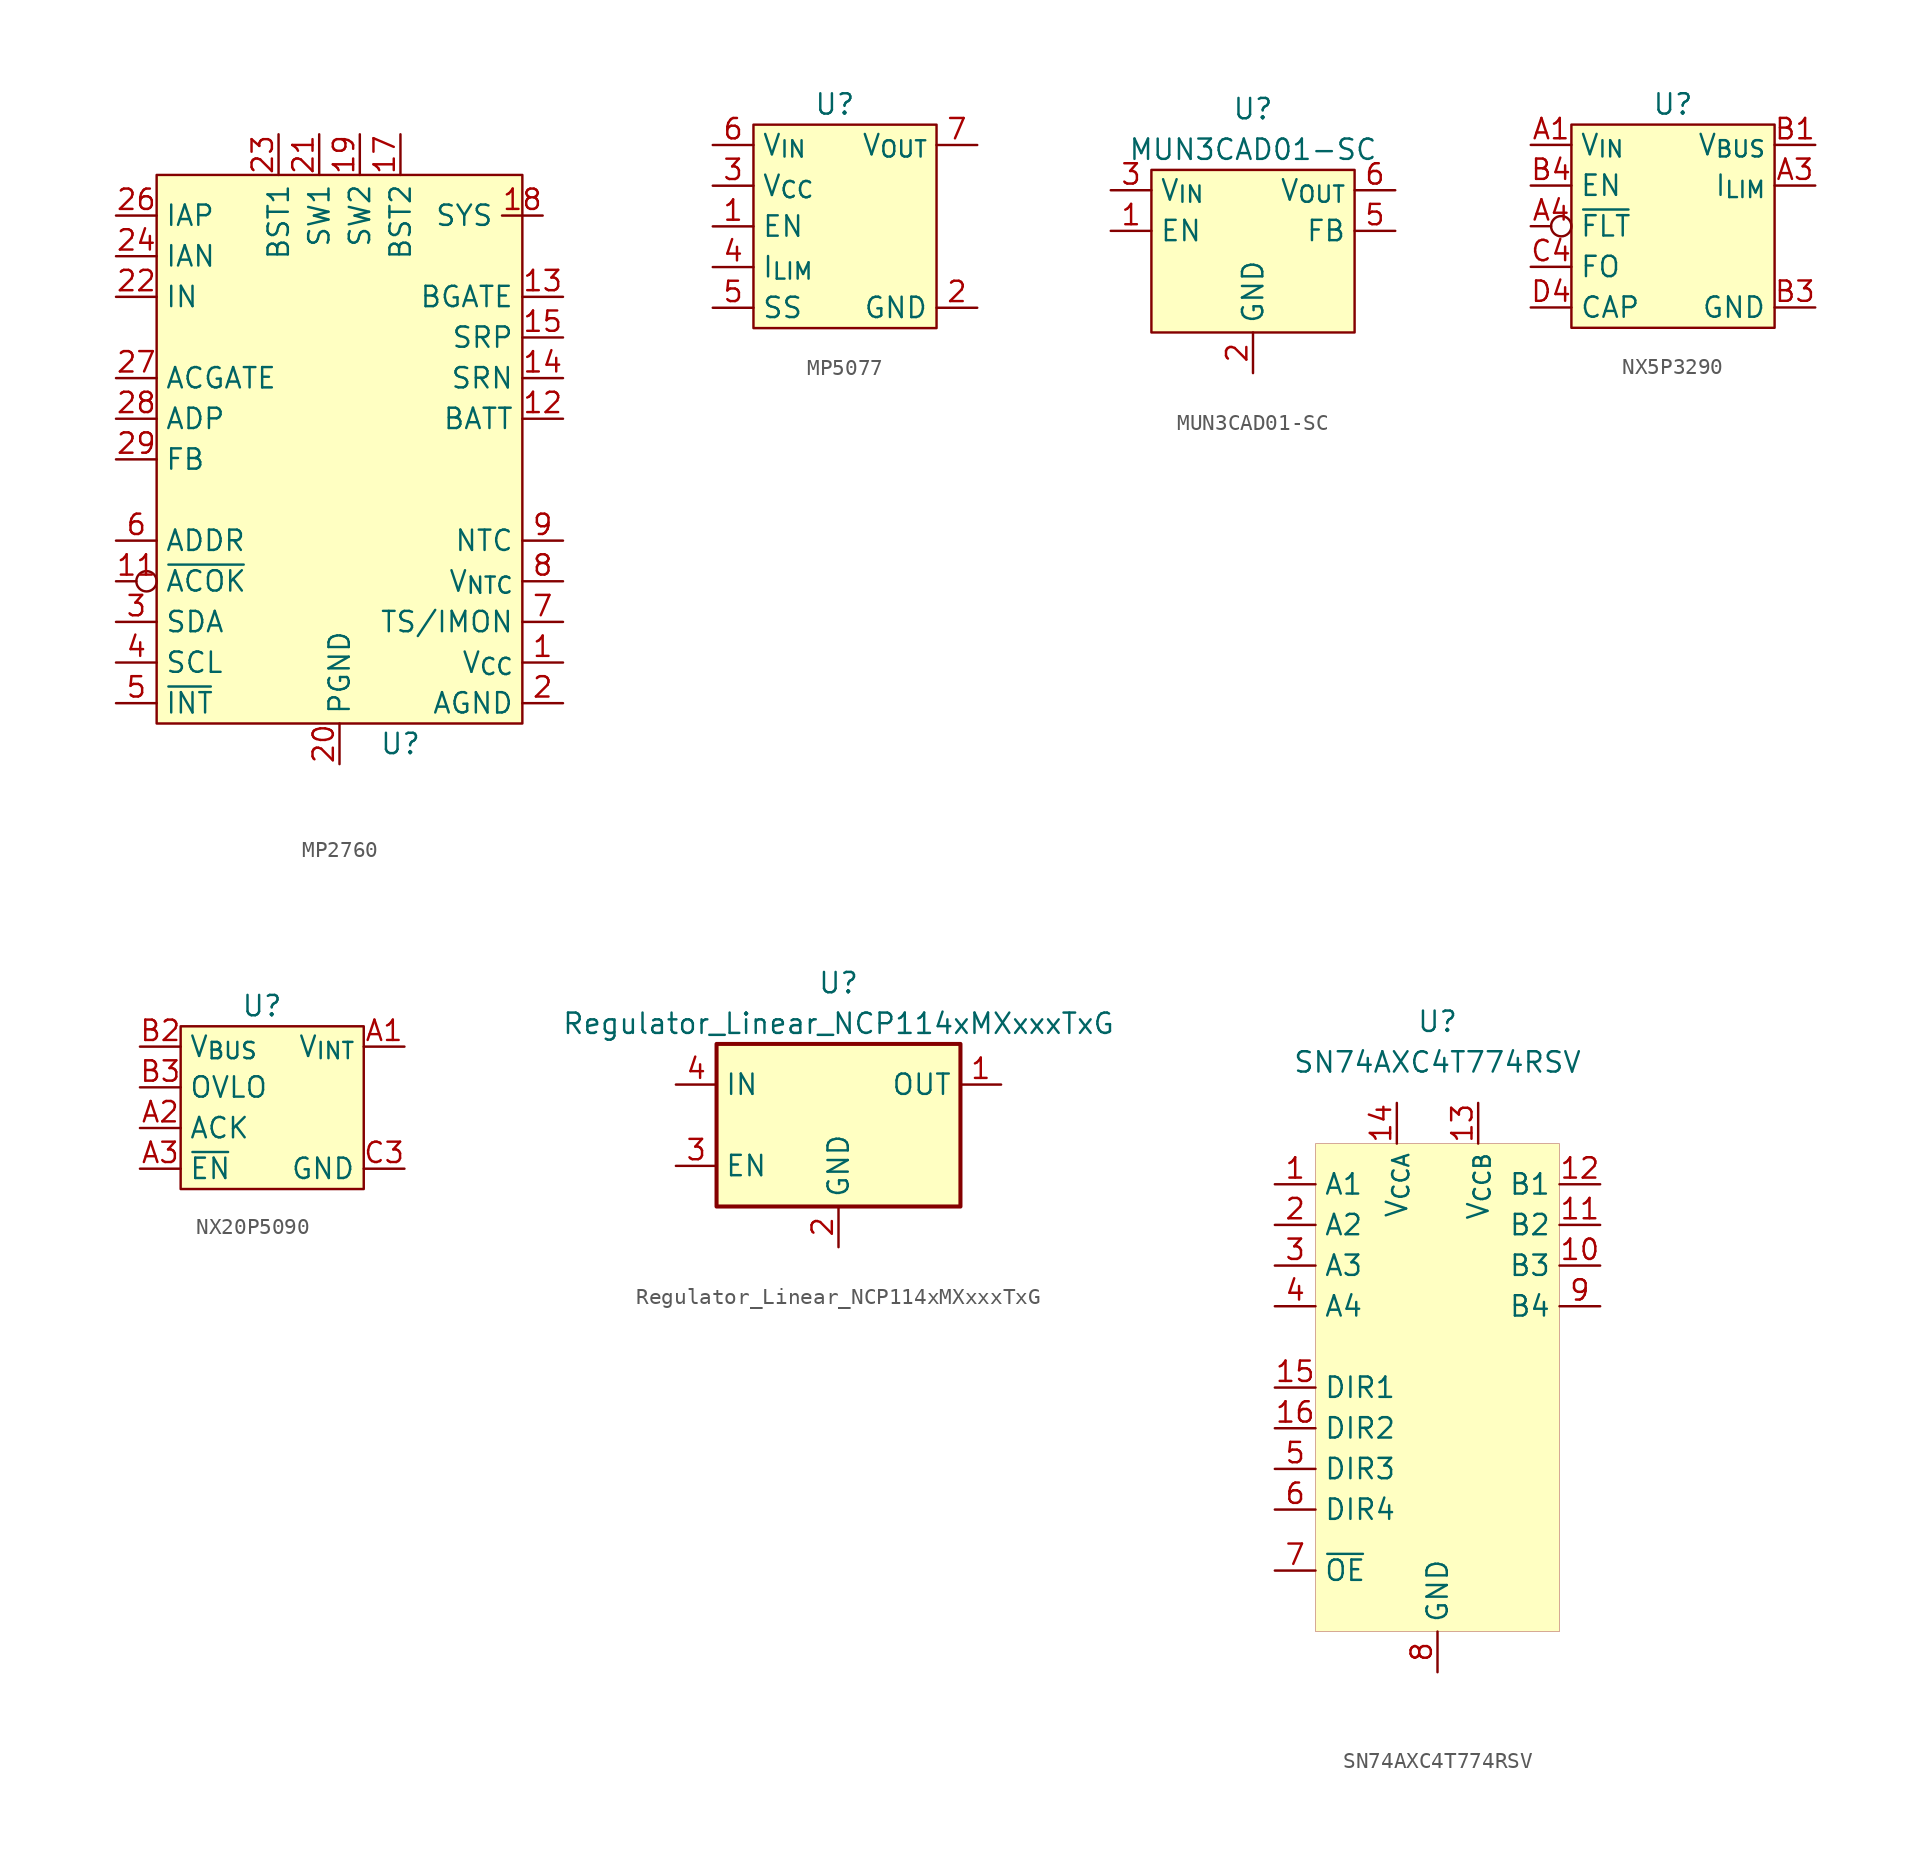
<source format=kicad_sym>
(kicad_symbol_lib
  (version 20220914)
  (generator kicad_symbol_editor)
  (symbol "MP2760"
    (property "Reference" "U"
      (at 3.81 -16.51 0)
      (effects (font (size 1.27 1.27))))
    (property "Value" ""
      (at 0 0 0)
      (effects (font (size 1.27 1.27))))
    (symbol "MP2760_0_0"
      (pin power_out line (at 13.97 -11.43 180) (length 2.54) (name "V_{CC}" (effects (font (size 1.27 1.27)))) (number "1" (effects (font (size 1.27 1.27)))))
      (pin input line (at 13.97 -3.81 180) (length 2.54) hide (name "NTC" (effects (font (size 1.27 1.27)))) (number "10" (effects (font (size 1.27 1.27)))))
      (pin open_collector inverted (at -13.97 -6.35 0) (length 2.54) (name "~{ACOK}" (effects (font (size 1.27 1.27)))) (number "11" (effects (font (size 1.27 1.27)))))
      (pin bidirectional line (at 13.97 3.81 180) (length 2.54) (name "BATT" (effects (font (size 1.27 1.27)))) (number "12" (effects (font (size 1.27 1.27)))))
      (pin output line (at 13.97 11.43 180) (length 2.54) (name "BGATE" (effects (font (size 1.27 1.27)))) (number "13" (effects (font (size 1.27 1.27)))))
      (pin passive line (at 13.97 6.35 180) (length 2.54) (name "SRN" (effects (font (size 1.27 1.27)))) (number "14" (effects (font (size 1.27 1.27)))))
      (pin passive line (at 13.97 8.89 180) (length 2.54) (name "SRP" (effects (font (size 1.27 1.27)))) (number "15" (effects (font (size 1.27 1.27)))))
      (pin passive line (at 13.97 8.89 180) (length 2.54) hide (name "SRP" (effects (font (size 1.27 1.27)))) (number "16" (effects (font (size 1.27 1.27)))))
      (pin passive line (at 3.81 21.59 270) (length 2.54) (name "BST2" (effects (font (size 1.27 1.27)))) (number "17" (effects (font (size 1.27 1.27)))))
      (pin power_out line (at 12.7 16.51 180) (length 2.54) (name "SYS" (effects (font (size 1.27 1.27)))) (number "18" (effects (font (size 1.27 1.27)))))
      (pin passive line (at 1.27 21.59 270) (length 2.54) (name "SW2" (effects (font (size 1.27 1.27)))) (number "19" (effects (font (size 1.27 1.27)))))
      (pin power_in line (at 13.97 -13.97 180) (length 2.54) (name "AGND" (effects (font (size 1.27 1.27)))) (number "2" (effects (font (size 1.27 1.27)))))
      (pin power_in line (at 0 -17.78 90) (length 2.54) (name "PGND" (effects (font (size 1.27 1.27)))) (number "20" (effects (font (size 1.27 1.27)))))
      (pin passive line (at -1.27 21.59 270) (length 2.54) (name "SW1" (effects (font (size 1.27 1.27)))) (number "21" (effects (font (size 1.27 1.27)))))
      (pin power_in line (at -13.97 11.43 0) (length 2.54) (name "IN" (effects (font (size 1.27 1.27)))) (number "22" (effects (font (size 1.27 1.27)))))
      (pin passive line (at -3.81 21.59 270) (length 2.54) (name "BST1" (effects (font (size 1.27 1.27)))) (number "23" (effects (font (size 1.27 1.27)))))
      (pin passive line (at -13.97 13.97 0) (length 2.54) (name "IAN" (effects (font (size 1.27 1.27)))) (number "24" (effects (font (size 1.27 1.27)))))
      (pin passive line (at -13.97 13.97 0) (length 2.54) hide (name "IAN" (effects (font (size 1.27 1.27)))) (number "25" (effects (font (size 1.27 1.27)))))
      (pin passive line (at -13.97 16.51 0) (length 2.54) (name "IAP" (effects (font (size 1.27 1.27)))) (number "26" (effects (font (size 1.27 1.27)))))
      (pin output line (at -13.97 6.35 0) (length 2.54) (name "ACGATE" (effects (font (size 1.27 1.27)))) (number "27" (effects (font (size 1.27 1.27)))))
      (pin input line (at -13.97 3.81 0) (length 2.54) (name "ADP" (effects (font (size 1.27 1.27)))) (number "28" (effects (font (size 1.27 1.27)))))
      (pin input line (at -13.97 1.27 0) (length 2.54) (name "FB" (effects (font (size 1.27 1.27)))) (number "29" (effects (font (size 1.27 1.27)))))
      (pin open_collector line (at -13.97 -8.89 0) (length 2.54) (name "SDA" (effects (font (size 1.27 1.27)))) (number "3" (effects (font (size 1.27 1.27)))))
      (pin power_out line (at 13.97 -11.43 180) (length 2.54) hide (name "V_{CC}" (effects (font (size 1.27 1.27)))) (number "30" (effects (font (size 1.27 1.27)))))
      (pin open_collector line (at -13.97 -11.43 0) (length 2.54) (name "SCL" (effects (font (size 1.27 1.27)))) (number "4" (effects (font (size 1.27 1.27)))))
      (pin open_collector line (at -13.97 -13.97 0) (length 2.54) (name "~{INT}" (effects (font (size 1.27 1.27)))) (number "5" (effects (font (size 1.27 1.27)))))
      (pin passive line (at -13.97 -3.81 0) (length 2.54) (name "ADDR" (effects (font (size 1.27 1.27)))) (number "6" (effects (font (size 1.27 1.27)))))
      (pin input line (at 13.97 -8.89 180) (length 2.54) (name "TS/IMON" (effects (font (size 1.27 1.27)))) (number "7" (effects (font (size 1.27 1.27)))))
      (pin output line (at 13.97 -6.35 180) (length 2.54) (name "V_{NTC}" (effects (font (size 1.27 1.27)))) (number "8" (effects (font (size 1.27 1.27)))))
      (pin input line (at 13.97 -3.81 180) (length 2.54) (name "NTC" (effects (font (size 1.27 1.27)))) (number "9" (effects (font (size 1.27 1.27))))))
    (symbol "MP2760_1_1"
      (rectangle (start -11.43 19.05) (end 11.43 -15.24) (stroke (width 0) (type default)) (fill (type background)))))
  (symbol "MP5077"
    (property "Reference" "U"
      (at 0 7.62 0)
      (effects (font (size 1.27 1.27))))
    (property "Value" ""
      (at 0 0 0)
      (effects (font (size 1.27 1.27))))
    (symbol "MP5077_0_0"
      (pin input line (at -7.62 0 0) (length 2.54) (name "EN" (effects (font (size 1.27 1.27)))) (number "1" (effects (font (size 1.27 1.27)))))
      (pin power_out line (at 8.89 5.08 180) (length 2.54) hide (name "V_{OUT}" (effects (font (size 1.27 1.27)))) (number "10" (effects (font (size 1.27 1.27)))))
      (pin power_in line (at -7.62 5.08 0) (length 2.54) hide (name "V_{IN}" (effects (font (size 1.27 1.27)))) (number "11" (effects (font (size 1.27 1.27)))))
      (pin no_connect line (at 0 0 270) (length 2.54) hide (name "NC" (effects (font (size 1.27 1.27)))) (number "12" (effects (font (size 1.27 1.27)))))
      (pin power_in line (at 8.89 -5.08 180) (length 2.54) (name "GND" (effects (font (size 1.27 1.27)))) (number "2" (effects (font (size 1.27 1.27)))))
      (pin power_in line (at -7.62 2.54 0) (length 2.54) (name "V_{CC}" (effects (font (size 1.27 1.27)))) (number "3" (effects (font (size 1.27 1.27)))))
      (pin passive line (at -7.62 -2.54 0) (length 2.54) (name "I_{LIM}" (effects (font (size 1.27 1.27)))) (number "4" (effects (font (size 1.27 1.27)))))
      (pin passive line (at -7.62 -5.08 0) (length 2.54) (name "SS" (effects (font (size 1.27 1.27)))) (number "5" (effects (font (size 1.27 1.27)))))
      (pin power_in line (at -7.62 5.08 0) (length 2.54) (name "V_{IN}" (effects (font (size 1.27 1.27)))) (number "6" (effects (font (size 1.27 1.27)))))
      (pin power_out line (at 8.89 5.08 180) (length 2.54) (name "V_{OUT}" (effects (font (size 1.27 1.27)))) (number "7" (effects (font (size 1.27 1.27)))))
      (pin power_out line (at 8.89 5.08 180) (length 2.54) hide (name "V_{OUT}" (effects (font (size 1.27 1.27)))) (number "8" (effects (font (size 1.27 1.27)))))
      (pin power_out line (at 8.89 5.08 180) (length 2.54) hide (name "V_{OUT}" (effects (font (size 1.27 1.27)))) (number "9" (effects (font (size 1.27 1.27))))))
    (symbol "MP5077_1_1"
      (rectangle (start -5.08 6.35) (end 6.35 -6.35) (stroke (width 0) (type default)) (fill (type background)))))
  (symbol "MUN3CAD01-SC"
    (property "Reference" "U"
      (at 0 8.89 0)
      (effects (font (size 1.27 1.27))))
    (property "Value" "MUN3CAD01-SC"
      (at 0 6.35 0)
      (effects (font (size 1.27 1.27))))
    (symbol "MUN3CAD01-SC_0_1"
      (rectangle (start -6.35 5.08) (end 6.35 -5.08) (stroke (width 0.152) (type default)) (fill (type background))))
    (symbol "MUN3CAD01-SC_1_1"
      (pin input line (at -8.89 1.27 0) (length 2.54) (name "EN" (effects (font (size 1.27 1.27)))) (number "1" (effects (font (size 1.27 1.27)))))
      (pin input line (at 0 -7.62 90) (length 2.54) (name "GND" (effects (font (size 1.27 1.27)))) (number "2" (effects (font (size 1.27 1.27)))))
      (pin input line (at -8.89 3.81 0) (length 2.54) (name "V_{IN}" (effects (font (size 1.27 1.27)))) (number "3" (effects (font (size 1.27 1.27)))))
      (pin passive line (at 0 -7.62 90) (length 2.54) hide (name "GND" (effects (font (size 1.27 1.27)))) (number "4" (effects (font (size 1.27 1.27)))))
      (pin input line (at 8.89 1.27 180) (length 2.54) (name "FB" (effects (font (size 1.27 1.27)))) (number "5" (effects (font (size 1.27 1.27)))))
      (pin input line (at 8.89 3.81 180) (length 2.54) (name "V_{OUT}" (effects (font (size 1.27 1.27)))) (number "6" (effects (font (size 1.27 1.27)))))))
  (symbol "NX5P3290"
    (property "Reference" "U"
      (at 0 7.62 0)
      (effects (font (size 1.27 1.27))))
    (property "Value" ""
      (at 0 7.62 0)
      (effects (font (size 1.27 1.27))))
    (symbol "NX5P3290_0_0"
      (pin power_in line (at -8.89 5.08 0) (length 2.54) (name "V_{IN}" (effects (font (size 1.27 1.27)))) (number "A1" (effects (font (size 1.27 1.27)))))
      (pin power_in line (at -8.89 5.08 0) (length 2.54) hide (name "V_{IN}" (effects (font (size 1.27 1.27)))) (number "A2" (effects (font (size 1.27 1.27)))))
      (pin passive line (at 8.89 2.54 180) (length 2.54) (name "I_{LIM}" (effects (font (size 1.27 1.27)))) (number "A3" (effects (font (size 1.27 1.27)))))
      (pin open_collector inverted (at -8.89 0 0) (length 2.54) (name "~{FLT}" (effects (font (size 1.27 1.27)))) (number "A4" (effects (font (size 1.27 1.27)))))
      (pin power_out line (at 8.89 5.08 180) (length 2.54) (name "V_{BUS}" (effects (font (size 1.27 1.27)))) (number "B1" (effects (font (size 1.27 1.27)))))
      (pin power_out line (at 8.89 5.08 180) (length 2.54) hide (name "V_{BUS}" (effects (font (size 1.27 1.27)))) (number "B2" (effects (font (size 1.27 1.27)))))
      (pin power_in line (at 8.89 -5.08 180) (length 2.54) (name "GND" (effects (font (size 1.27 1.27)))) (number "B3" (effects (font (size 1.27 1.27)))))
      (pin input line (at -8.89 2.54 0) (length 2.54) (name "EN" (effects (font (size 1.27 1.27)))) (number "B4" (effects (font (size 1.27 1.27)))))
      (pin power_out line (at 8.89 5.08 180) (length 2.54) hide (name "V_{BUS}" (effects (font (size 1.27 1.27)))) (number "C1" (effects (font (size 1.27 1.27)))))
      (pin power_in line (at 8.89 -5.08 180) (length 2.54) hide (name "GND" (effects (font (size 1.27 1.27)))) (number "C3" (effects (font (size 1.27 1.27)))))
      (pin passive line (at -8.89 -2.54 0) (length 2.54) (name "FO" (effects (font (size 1.27 1.27)))) (number "C4" (effects (font (size 1.27 1.27)))))
      (pin power_in line (at 8.89 -5.08 180) (length 2.54) hide (name "GND" (effects (font (size 1.27 1.27)))) (number "D3" (effects (font (size 1.27 1.27)))))
      (pin passive line (at -8.89 -5.08 0) (length 2.54) (name "CAP" (effects (font (size 1.27 1.27)))) (number "D4" (effects (font (size 1.27 1.27))))))
    (symbol "NX5P3290_1_1"
      (rectangle (start -6.35 6.35) (end 6.35 -6.35) (stroke (width 0) (type default)) (fill (type background)))))
  (symbol "NX20P5090"
    (property "Reference" "U"
      (at 0 6.35 0)
      (effects (font (size 1.27 1.27))))
    (property "Value" ""
      (at -10.16 8.89 0)
      (effects (font (size 1.27 1.27))))
    (symbol "NX20P5090_0_0"
      (pin power_out line (at 8.89 3.81 180) (length 2.54) (name "V_{INT}" (effects (font (size 1.27 1.27)))) (number "A1" (effects (font (size 1.27 1.27)))))
      (pin open_collector line (at -7.62 -1.27 0) (length 2.54) (name "ACK" (effects (font (size 1.27 1.27)))) (number "A2" (effects (font (size 1.27 1.27)))))
      (pin input line (at -7.62 -3.81 0) (length 2.54) (name "~{EN}" (effects (font (size 1.27 1.27)))) (number "A3" (effects (font (size 1.27 1.27)))))
      (pin power_out line (at 8.89 3.81 180) (length 2.54) hide (name "V_{INT}" (effects (font (size 1.27 1.27)))) (number "B1" (effects (font (size 1.27 1.27)))))
      (pin power_in line (at -7.62 3.81 0) (length 2.54) (name "V_{BUS}" (effects (font (size 1.27 1.27)))) (number "B2" (effects (font (size 1.27 1.27)))))
      (pin passive line (at -7.62 1.27 0) (length 2.54) (name "OVLO" (effects (font (size 1.27 1.27)))) (number "B3" (effects (font (size 1.27 1.27)))))
      (pin power_out line (at 8.89 3.81 180) (length 2.54) hide (name "V_{INT}" (effects (font (size 1.27 1.27)))) (number "C1" (effects (font (size 1.27 1.27)))))
      (pin power_in line (at -7.62 3.81 0) (length 2.54) hide (name "V_{BUS}" (effects (font (size 1.27 1.27)))) (number "C2" (effects (font (size 1.27 1.27)))))
      (pin power_in line (at 8.89 -3.81 180) (length 2.54) (name "GND" (effects (font (size 1.27 1.27)))) (number "C3" (effects (font (size 1.27 1.27)))))
      (pin power_out line (at 8.89 3.81 180) (length 2.54) hide (name "V_{INT}" (effects (font (size 1.27 1.27)))) (number "D1" (effects (font (size 1.27 1.27)))))
      (pin power_in line (at -7.62 3.81 0) (length 2.54) hide (name "V_{BUS}" (effects (font (size 1.27 1.27)))) (number "D2" (effects (font (size 1.27 1.27)))))
      (pin power_in line (at 8.89 -3.81 180) (length 2.54) hide (name "GND" (effects (font (size 1.27 1.27)))) (number "D3" (effects (font (size 1.27 1.27)))))
      (pin power_in line (at -7.62 3.81 0) (length 2.54) hide (name "V_{BUS}" (effects (font (size 1.27 1.27)))) (number "E1" (effects (font (size 1.27 1.27)))))
      (pin power_in line (at -7.62 3.81 0) (length 2.54) hide (name "V_{BUS}" (effects (font (size 1.27 1.27)))) (number "E2" (effects (font (size 1.27 1.27)))))
      (pin power_in line (at 8.89 -3.81 180) (length 2.54) hide (name "GND" (effects (font (size 1.27 1.27)))) (number "E3" (effects (font (size 1.27 1.27))))))
    (symbol "NX20P5090_1_1"
      (rectangle (start -5.08 5.08) (end 6.35 -5.08) (stroke (width 0) (type default)) (fill (type background)))))
  (symbol "Regulator_Linear_NCP114xMXxxxTxG"
    (property "Reference" "U"
      (at 0 8.89 0)
      (effects (font (size 1.27 1.27))))
    (property "Value" "Regulator_Linear_NCP114xMXxxxTxG"
      (at 0 6.35 0)
      (effects (font (size 1.27 1.27))))
    (symbol "Regulator_Linear_NCP114xMXxxxTxG_1_1"
      (rectangle (start -7.62 5.08) (end 7.62 -5.08) (stroke (width 0.254) (type default)) (fill (type background)))
      (pin power_out line (at 10.16 2.54 180) (length 2.54) (name "OUT" (effects (font (size 1.27 1.27)))) (number "1" (effects (font (size 1.27 1.27)))))
      (pin power_in line (at 0 -7.62 90) (length 2.54) (name "GND" (effects (font (size 1.27 1.27)))) (number "2" (effects (font (size 1.27 1.27)))))
      (pin input line (at -10.16 -2.54 0) (length 2.54) (name "EN" (effects (font (size 1.27 1.27)))) (number "3" (effects (font (size 1.27 1.27)))))
      (pin power_in line (at -10.16 2.54 0) (length 2.54) (name "IN" (effects (font (size 1.27 1.27)))) (number "4" (effects (font (size 1.27 1.27)))))))
  (symbol "SN74AXC4T774RSV"
    (property "Reference" "U"
      (at 0 22.86 0)
      (effects (font (size 1.27 1.27))))
    (property "Value" "SN74AXC4T774RSV"
      (at 0 20.32 0)
      (effects (font (size 1.27 1.27))))
    (symbol "SN74AXC4T774RSV_0_0"
      (pin bidirectional line (at -10.16 12.7 0) (length 2.54) (name "A1" (effects (font (size 1.27 1.27)))) (number "1" (effects (font (size 1.27 1.27)))))
      (pin bidirectional line (at 10.16 7.62 180) (length 2.54) (name "B3" (effects (font (size 1.27 1.27)))) (number "10" (effects (font (size 1.27 1.27)))))
      (pin bidirectional line (at 10.16 10.16 180) (length 2.54) (name "B2" (effects (font (size 1.27 1.27)))) (number "11" (effects (font (size 1.27 1.27)))))
      (pin bidirectional line (at 10.16 12.7 180) (length 2.54) (name "B1" (effects (font (size 1.27 1.27)))) (number "12" (effects (font (size 1.27 1.27)))))
      (pin power_in line (at 2.54 17.78 270) (length 2.54) (name "V_{CCB}" (effects (font (size 1.27 1.27)))) (number "13" (effects (font (size 1.27 1.27)))))
      (pin power_in line (at -2.54 17.78 270) (length 2.54) (name "V_{CCA}" (effects (font (size 1.27 1.27)))) (number "14" (effects (font (size 1.27 1.27)))))
      (pin input line (at -10.16 0 0) (length 2.54) (name "DIR1" (effects (font (size 1.27 1.27)))) (number "15" (effects (font (size 1.27 1.27)))))
      (pin input line (at -10.16 -2.54 0) (length 2.54) (name "DIR2" (effects (font (size 1.27 1.27)))) (number "16" (effects (font (size 1.27 1.27)))))
      (pin bidirectional line (at -10.16 10.16 0) (length 2.54) (name "A2" (effects (font (size 1.27 1.27)))) (number "2" (effects (font (size 1.27 1.27)))))
      (pin bidirectional line (at -10.16 7.62 0) (length 2.54) (name "A3" (effects (font (size 1.27 1.27)))) (number "3" (effects (font (size 1.27 1.27)))))
      (pin bidirectional line (at -10.16 5.08 0) (length 2.54) (name "A4" (effects (font (size 1.27 1.27)))) (number "4" (effects (font (size 1.27 1.27)))))
      (pin input line (at -10.16 -5.08 0) (length 2.54) (name "DIR3" (effects (font (size 1.27 1.27)))) (number "5" (effects (font (size 1.27 1.27)))))
      (pin input line (at -10.16 -7.62 0) (length 2.54) (name "DIR4" (effects (font (size 1.27 1.27)))) (number "6" (effects (font (size 1.27 1.27)))))
      (pin input line (at -10.16 -11.43 0) (length 2.54) (name "~{OE}" (effects (font (size 1.27 1.27)))) (number "7" (effects (font (size 1.27 1.27)))))
      (pin power_in line (at 0 -17.78 90) (length 2.54) (name "GND" (effects (font (size 1.27 1.27)))) (number "8" (effects (font (size 1.27 1.27)))))
      (pin bidirectional line (at 10.16 5.08 180) (length 2.54) (name "B4" (effects (font (size 1.27 1.27)))) (number "9" (effects (font (size 1.27 1.27))))))
    (symbol "SN74AXC4T774RSV_0_1"
      (rectangle (start -7.62 15.24) (end 7.62 -15.24) (stroke (width 0.001) (type default)) (fill (type background))))))
</source>
